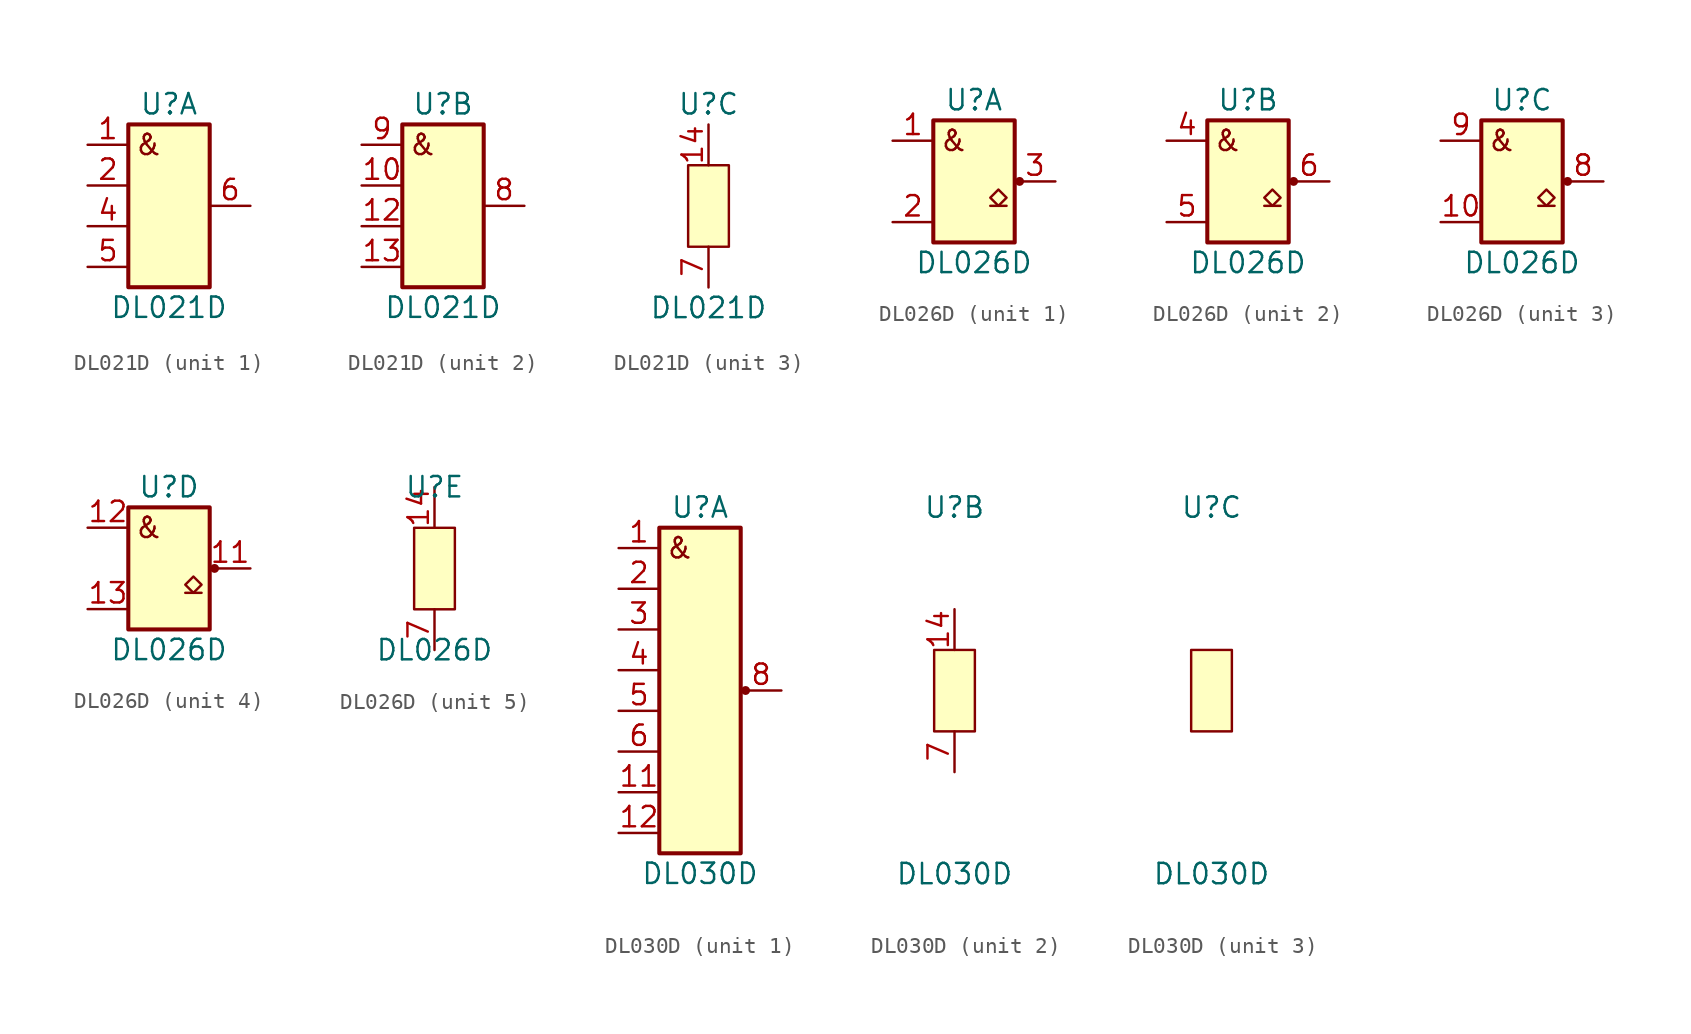
<source format=kicad_sym>
(kicad_symbol_lib
  (version 20211014)
  (generator kicad_symbol_editor)
  (symbol "DL021D"
    (pin_names
      (offset 1.016) hide)
    (property "Reference" "U"
      (at 0 6.35 0)
      (effects (font (size 1.27 1.27))))
    (property "Value" "DL021D"
      (at 0 -6.35 0)
      (effects (font (size 1.27 1.27))))
    (property "ki_locked" ""
      (at 0 0 0)
      (effects (font (size 1.27 1.27))))
    (symbol "DL021D_1_0"
      (pin output line (at 5.08 0 180) (length 2.54) (name "Y1" (effects (font (size 1.27 1.27)))) (number "6" (effects (font (size 1.27 1.27))))))
    (symbol "DL021D_1_1"
      (rectangle (start -2.54 5.08) (end 2.54 -5.08) (stroke (width 0.254) (type default) (color 0 0 0 0)) (fill (type background)))
      (text "&" (at -1.27 3.81 0) (effects (font (size 1.27 1.27))))
      (pin input line (at -5.08 3.81 0) (length 2.54) (name "A1" (effects (font (size 1.27 1.27)))) (number "1" (effects (font (size 1.27 1.27)))))
      (pin input line (at -5.08 1.27 0) (length 2.54) (name "B1" (effects (font (size 1.27 1.27)))) (number "2" (effects (font (size 1.27 1.27)))))
      (pin input line (at -5.08 -1.27 0) (length 2.54) (name "C1" (effects (font (size 1.27 1.27)))) (number "4" (effects (font (size 1.27 1.27)))))
      (pin input line (at -5.08 -3.81 0) (length 2.54) (name "D1" (effects (font (size 1.27 1.27)))) (number "5" (effects (font (size 1.27 1.27))))))
    (symbol "DL021D_2_1"
      (rectangle (start -2.54 5.08) (end 2.54 -5.08) (stroke (width 0.254) (type default) (color 0 0 0 0)) (fill (type background)))
      (text "&" (at -1.27 3.81 0) (effects (font (size 1.27 1.27))))
      (pin input line (at -5.08 1.27 0) (length 2.54) (name "B2" (effects (font (size 1.27 1.27)))) (number "10" (effects (font (size 1.27 1.27)))))
      (pin input line (at -5.08 -1.27 0) (length 2.54) (name "C2" (effects (font (size 1.27 1.27)))) (number "12" (effects (font (size 1.27 1.27)))))
      (pin input line (at -5.08 -3.81 0) (length 2.54) (name "D2" (effects (font (size 1.27 1.27)))) (number "13" (effects (font (size 1.27 1.27)))))
      (pin output line (at 5.08 0 180) (length 2.54) (name "Y2" (effects (font (size 1.27 1.27)))) (number "8" (effects (font (size 1.27 1.27)))))
      (pin input line (at -5.08 3.81 0) (length 2.54) (name "A2" (effects (font (size 1.27 1.27)))) (number "9" (effects (font (size 1.27 1.27))))))
    (symbol "DL021D_3_1"
      (rectangle (start -1.27 2.54) (end 1.27 -2.54) (stroke (width 0) (type default) (color 0 0 0 0)) (fill (type background)))
      (pin power_in line (at 0 5.08 270) (length 2.54) (name "Vcc" (effects (font (size 1.27 1.27)))) (number "14" (effects (font (size 1.27 1.27)))))
      (pin power_in line (at 0 -5.08 90) (length 2.54) (name "GND" (effects (font (size 1.27 1.27)))) (number "7" (effects (font (size 1.27 1.27)))))))
  (symbol "DL026D"
    (pin_names
      (offset 1.016) hide)
    (property "Reference" "U"
      (at 0 5.08 0)
      (effects (font (size 1.27 1.27))))
    (property "Value" "DL026D"
      (at 0 -5.08 0)
      (effects (font (size 1.27 1.27))))
    (property "ki_locked" ""
      (at 0 0 0)
      (effects (font (size 1.27 1.27))))
    (symbol "DL026D_1_0"
      (pin open_collector line (at 5.08 0 180) (length 2.54) (name "Y1" (effects (font (size 1.27 1.27)))) (number "3" (effects (font (size 1.27 1.27))))))
    (symbol "DL026D_1_1"
      (rectangle (start -2.54 3.81) (end 2.54 -3.81) (stroke (width 0.254) (type default) (color 0 0 0 0)) (fill (type background)))
      (polyline (pts (xy 1.016 -1.524) (xy 2.032 -1.524)) (stroke (width 0) (type default) (color 0 0 0 0)) (fill (type none)))
      (polyline (pts (xy 1.524 -1.524) (xy 2.032 -1.016) (xy 1.524 -0.508) (xy 1.016 -1.016) (xy 1.524 -1.524)) (stroke (width 0) (type default) (color 0 0 0 0)) (fill (type none)))
      (circle (center 2.845 0) (radius 0.203) (stroke (width 0) (type default) (color 0 0 0 0)) (fill (type outline)))
      (text "&" (at -1.27 2.54 0) (effects (font (size 1.27 1.27))))
      (pin input line (at -5.08 2.54 0) (length 2.54) (name "A1" (effects (font (size 1.27 1.27)))) (number "1" (effects (font (size 1.27 1.27)))))
      (pin input line (at -5.08 -2.54 0) (length 2.54) (name "B1" (effects (font (size 1.27 1.27)))) (number "2" (effects (font (size 1.27 1.27))))))
    (symbol "DL026D_2_0"
      (pin input line (at -5.08 2.54 0) (length 2.54) (name "A2" (effects (font (size 1.27 1.27)))) (number "4" (effects (font (size 1.27 1.27)))))
      (pin input line (at -5.08 -2.54 0) (length 2.54) (name "B2" (effects (font (size 1.27 1.27)))) (number "5" (effects (font (size 1.27 1.27)))))
      (pin open_collector line (at 5.08 0 180) (length 2.54) (name "Y2" (effects (font (size 1.27 1.27)))) (number "6" (effects (font (size 1.27 1.27))))))
    (symbol "DL026D_2_1"
      (rectangle (start -2.54 3.81) (end 2.54 -3.81) (stroke (width 0.254) (type default) (color 0 0 0 0)) (fill (type background)))
      (polyline (pts (xy 1.016 -1.524) (xy 2.032 -1.524)) (stroke (width 0) (type default) (color 0 0 0 0)) (fill (type none)))
      (polyline (pts (xy 1.524 -1.524) (xy 2.032 -1.016) (xy 1.524 -0.508) (xy 1.016 -1.016) (xy 1.524 -1.524)) (stroke (width 0) (type default) (color 0 0 0 0)) (fill (type none)))
      (circle (center 2.845 0) (radius 0.203) (stroke (width 0) (type default) (color 0 0 0 0)) (fill (type outline)))
      (text "&" (at -1.27 2.54 0) (effects (font (size 1.27 1.27)))))
    (symbol "DL026D_3_0"
      (pin open_collector line (at 5.08 0 180) (length 2.54) (name "Y3" (effects (font (size 1.27 1.27)))) (number "8" (effects (font (size 1.27 1.27))))))
    (symbol "DL026D_3_1"
      (rectangle (start -2.54 3.81) (end 2.54 -3.81) (stroke (width 0.254) (type default) (color 0 0 0 0)) (fill (type background)))
      (polyline (pts (xy 1.016 -1.524) (xy 2.032 -1.524)) (stroke (width 0) (type default) (color 0 0 0 0)) (fill (type none)))
      (polyline (pts (xy 1.524 -1.524) (xy 2.032 -1.016) (xy 1.524 -0.508) (xy 1.016 -1.016) (xy 1.524 -1.524)) (stroke (width 0) (type default) (color 0 0 0 0)) (fill (type none)))
      (circle (center 2.845 0) (radius 0.203) (stroke (width 0) (type default) (color 0 0 0 0)) (fill (type outline)))
      (text "&" (at -1.27 2.54 0) (effects (font (size 1.27 1.27))))
      (pin input line (at -5.08 -2.54 0) (length 2.54) (name "B3" (effects (font (size 1.27 1.27)))) (number "10" (effects (font (size 1.27 1.27)))))
      (pin input line (at -5.08 2.54 0) (length 2.54) (name "A3" (effects (font (size 1.27 1.27)))) (number "9" (effects (font (size 1.27 1.27))))))
    (symbol "DL026D_4_0"
      (pin open_collector line (at 5.08 0 180) (length 2.54) (name "Y4" (effects (font (size 1.27 1.27)))) (number "11" (effects (font (size 1.27 1.27))))))
    (symbol "DL026D_4_1"
      (rectangle (start -2.54 3.81) (end 2.54 -3.81) (stroke (width 0.254) (type default) (color 0 0 0 0)) (fill (type background)))
      (polyline (pts (xy 1.016 -1.524) (xy 2.032 -1.524)) (stroke (width 0) (type default) (color 0 0 0 0)) (fill (type none)))
      (polyline (pts (xy 1.524 -1.524) (xy 2.032 -1.016) (xy 1.524 -0.508) (xy 1.016 -1.016) (xy 1.524 -1.524)) (stroke (width 0) (type default) (color 0 0 0 0)) (fill (type none)))
      (circle (center 2.845 0) (radius 0.203) (stroke (width 0) (type default) (color 0 0 0 0)) (fill (type outline)))
      (text "&" (at -1.27 2.54 0) (effects (font (size 1.27 1.27))))
      (pin input line (at -5.08 2.54 0) (length 2.54) (name "A4" (effects (font (size 1.27 1.27)))) (number "12" (effects (font (size 1.27 1.27)))))
      (pin input line (at -5.08 -2.54 0) (length 2.54) (name "B4" (effects (font (size 1.27 1.27)))) (number "13" (effects (font (size 1.27 1.27))))))
    (symbol "DL026D_5_1"
      (rectangle (start -1.27 2.54) (end 1.27 -2.54) (stroke (width 0) (type default) (color 0 0 0 0)) (fill (type background)))
      (pin power_in line (at 0 5.08 270) (length 2.54) (name "Vcc" (effects (font (size 1.27 1.27)))) (number "14" (effects (font (size 1.27 1.27)))))
      (pin power_in line (at 0 -5.08 90) (length 2.54) (name "GND" (effects (font (size 1.27 1.27)))) (number "7" (effects (font (size 1.27 1.27)))))))
  (symbol "DL030D"
    (pin_names
      (offset 1.016) hide)
    (property "Reference" "U"
      (at 0 11.43 0)
      (effects (font (size 1.27 1.27))))
    (property "Value" "DL030D"
      (at 0 -11.43 0)
      (effects (font (size 1.27 1.27))))
    (property "ki_locked" ""
      (at 0 0 0)
      (effects (font (size 1.27 1.27))))
    (symbol "DL030D_0_1"
      (pin no_connect line (at 5.08 5.08 180) (length 2.54) hide (name "n.c." (effects (font (size 1.27 1.27)))) (number "10" (effects (font (size 1.27 1.27))))))
    (symbol "DL030D_1_0"
      (pin output line (at 5.08 0 180) (length 2.54) (name "Y" (effects (font (size 1.27 1.27)))) (number "8" (effects (font (size 1.27 1.27))))))
    (symbol "DL030D_1_1"
      (rectangle (start -2.54 10.16) (end 2.54 -10.16) (stroke (width 0.254) (type default) (color 0 0 0 0)) (fill (type background)))
      (circle (center 2.845 0) (radius 0.203) (stroke (width 0) (type default) (color 0 0 0 0)) (fill (type outline)))
      (text "&" (at -1.27 8.89 0) (effects (font (size 1.27 1.27))))
      (pin input line (at -5.08 8.89 0) (length 2.54) (name "A" (effects (font (size 1.27 1.27)))) (number "1" (effects (font (size 1.27 1.27)))))
      (pin input line (at -5.08 -6.35 0) (length 2.54) (name "G" (effects (font (size 1.27 1.27)))) (number "11" (effects (font (size 1.27 1.27)))))
      (pin input line (at -5.08 -8.89 0) (length 2.54) (name "H" (effects (font (size 1.27 1.27)))) (number "12" (effects (font (size 1.27 1.27)))))
      (pin no_connect line (at 5.08 7.62 180) (length 2.54) hide (name "n.c." (effects (font (size 1.27 1.27)))) (number "13" (effects (font (size 1.27 1.27)))))
      (pin input line (at -5.08 6.35 0) (length 2.54) (name "B" (effects (font (size 1.27 1.27)))) (number "2" (effects (font (size 1.27 1.27)))))
      (pin input line (at -5.08 3.81 0) (length 2.54) (name "C" (effects (font (size 1.27 1.27)))) (number "3" (effects (font (size 1.27 1.27)))))
      (pin input line (at -5.08 1.27 0) (length 2.54) (name "D" (effects (font (size 1.27 1.27)))) (number "4" (effects (font (size 1.27 1.27)))))
      (pin input line (at -5.08 -1.27 0) (length 2.54) (name "E" (effects (font (size 1.27 1.27)))) (number "5" (effects (font (size 1.27 1.27)))))
      (pin input line (at -5.08 -3.81 0) (length 2.54) (name "F" (effects (font (size 1.27 1.27)))) (number "6" (effects (font (size 1.27 1.27)))))
      (pin no_connect line (at 5.08 2.54 180) (length 2.54) hide (name "n.c." (effects (font (size 1.27 1.27)))) (number "9" (effects (font (size 1.27 1.27))))))
    (symbol "DL030D_2_1"
      (rectangle (start -1.27 2.54) (end 1.27 -2.54) (stroke (width 0) (type default) (color 0 0 0 0)) (fill (type background)))
      (pin power_in line (at 0 5.08 270) (length 2.54) (name "Vcc" (effects (font (size 1.27 1.27)))) (number "14" (effects (font (size 1.27 1.27)))))
      (pin power_in line (at 0 -5.08 90) (length 2.54) (name "GND" (effects (font (size 1.27 1.27)))) (number "7" (effects (font (size 1.27 1.27))))))
    (symbol "DL030D_3_1"
      (rectangle (start -1.27 2.54) (end 1.27 -2.54) (stroke (width 0) (type default) (color 0 0 0 0)) (fill (type background))))))
</source>
